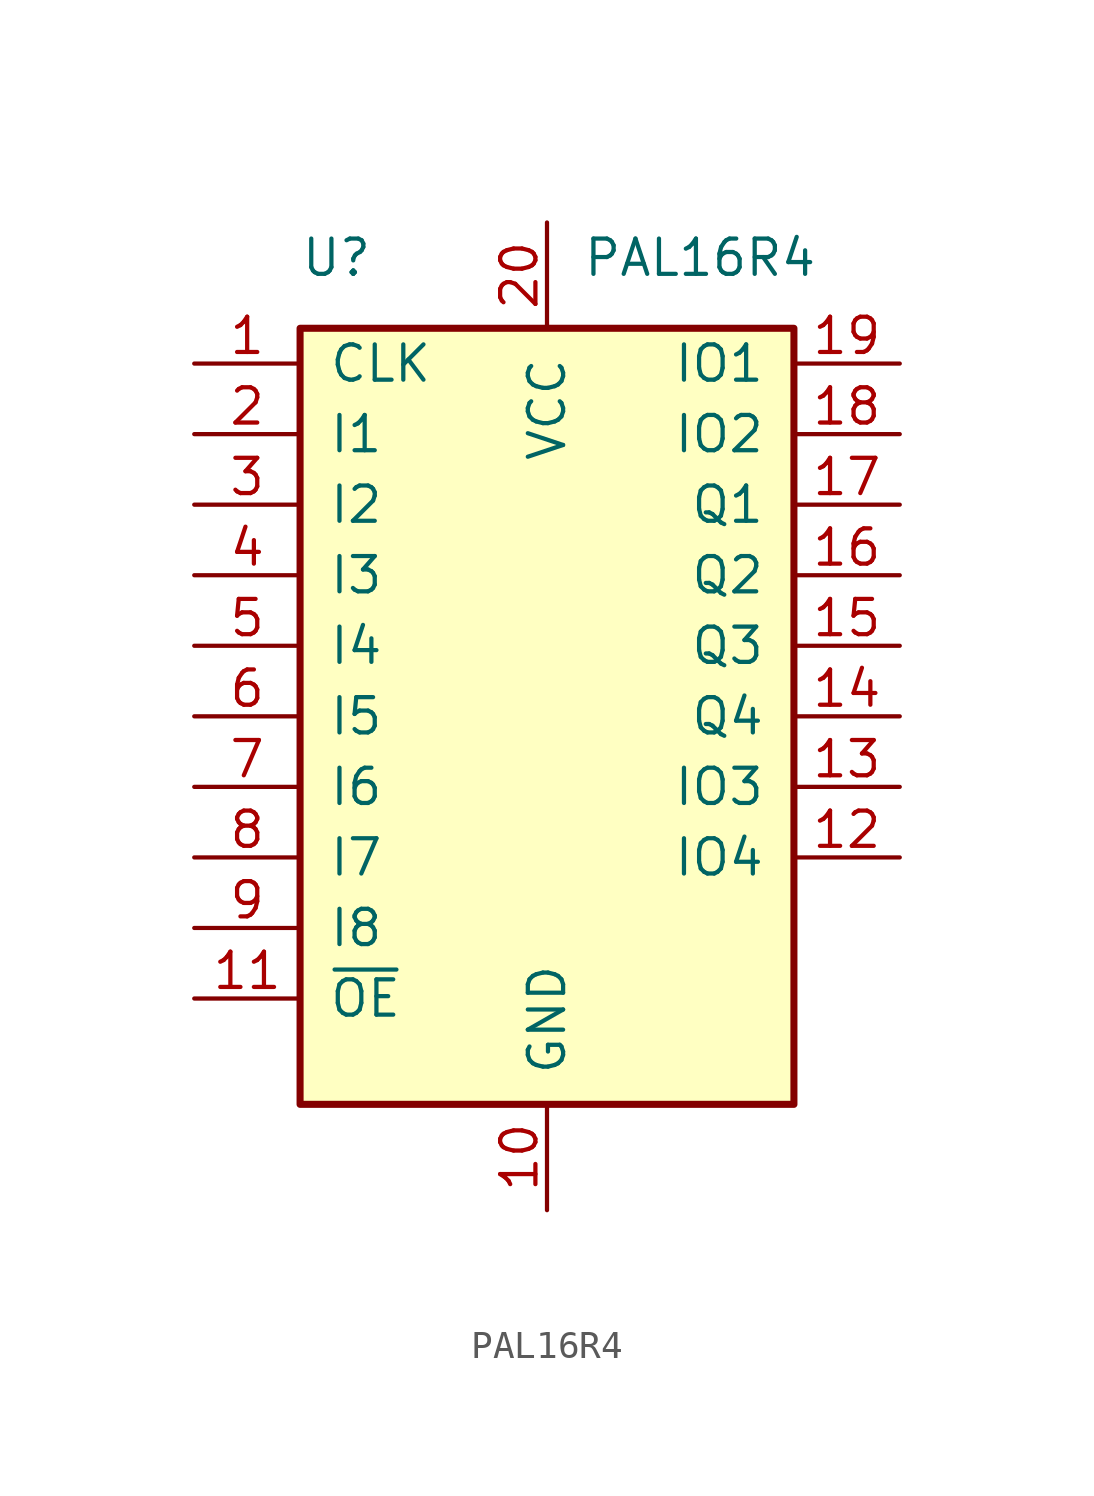
<source format=kicad_sym>
(kicad_symbol_lib
  (version 20220914)
  (generator kicad_symbol_editor)
  (symbol "PAL16R4"
    (pin_names
      (offset 1.016))
    (property "Reference" "U"
      (at -8.89 16.51 0)
      (effects (font (size 1.27 1.27)) (justify left)))
    (property "Value" "PAL16R4"
      (at 1.27 16.51 0)
      (effects (font (size 1.27 1.27)) (justify left)))
    (symbol "PAL16R4_0_0"
      (pin power_in line (at 0 -17.78 90) (length 3.81) (name "GND" (effects (font (size 1.27 1.27)))) (number "10" (effects (font (size 1.27 1.27)))))
      (pin power_in line (at 0 17.78 270) (length 3.81) (name "VCC" (effects (font (size 1.27 1.27)))) (number "20" (effects (font (size 1.27 1.27))))))
    (symbol "PAL16R4_0_1"
      (rectangle (start -8.89 13.97) (end 8.89 -13.97) (stroke (width 0.254) (type default)) (fill (type background))))
    (symbol "PAL16R4_1_1"
      (pin input line (at -12.7 12.7 0) (length 3.81) (name "CLK" (effects (font (size 1.27 1.27)))) (number "1" (effects (font (size 1.27 1.27)))))
      (pin input line (at -12.7 -10.16 0) (length 3.81) (name "~{OE}" (effects (font (size 1.27 1.27)))) (number "11" (effects (font (size 1.27 1.27)))))
      (pin bidirectional line (at 12.7 -5.08 180) (length 3.81) (name "IO4" (effects (font (size 1.27 1.27)))) (number "12" (effects (font (size 1.27 1.27)))))
      (pin bidirectional line (at 12.7 -2.54 180) (length 3.81) (name "IO3" (effects (font (size 1.27 1.27)))) (number "13" (effects (font (size 1.27 1.27)))))
      (pin tri_state line (at 12.7 0 180) (length 3.81) (name "Q4" (effects (font (size 1.27 1.27)))) (number "14" (effects (font (size 1.27 1.27)))))
      (pin tri_state line (at 12.7 2.54 180) (length 3.81) (name "Q3" (effects (font (size 1.27 1.27)))) (number "15" (effects (font (size 1.27 1.27)))))
      (pin tri_state line (at 12.7 5.08 180) (length 3.81) (name "Q2" (effects (font (size 1.27 1.27)))) (number "16" (effects (font (size 1.27 1.27)))))
      (pin tri_state line (at 12.7 7.62 180) (length 3.81) (name "Q1" (effects (font (size 1.27 1.27)))) (number "17" (effects (font (size 1.27 1.27)))))
      (pin bidirectional line (at 12.7 10.16 180) (length 3.81) (name "IO2" (effects (font (size 1.27 1.27)))) (number "18" (effects (font (size 1.27 1.27)))))
      (pin bidirectional line (at 12.7 12.7 180) (length 3.81) (name "IO1" (effects (font (size 1.27 1.27)))) (number "19" (effects (font (size 1.27 1.27)))))
      (pin input line (at -12.7 10.16 0) (length 3.81) (name "I1" (effects (font (size 1.27 1.27)))) (number "2" (effects (font (size 1.27 1.27)))))
      (pin input line (at -12.7 7.62 0) (length 3.81) (name "I2" (effects (font (size 1.27 1.27)))) (number "3" (effects (font (size 1.27 1.27)))))
      (pin input line (at -12.7 5.08 0) (length 3.81) (name "I3" (effects (font (size 1.27 1.27)))) (number "4" (effects (font (size 1.27 1.27)))))
      (pin input line (at -12.7 2.54 0) (length 3.81) (name "I4" (effects (font (size 1.27 1.27)))) (number "5" (effects (font (size 1.27 1.27)))))
      (pin input line (at -12.7 0 0) (length 3.81) (name "I5" (effects (font (size 1.27 1.27)))) (number "6" (effects (font (size 1.27 1.27)))))
      (pin input line (at -12.7 -2.54 0) (length 3.81) (name "I6" (effects (font (size 1.27 1.27)))) (number "7" (effects (font (size 1.27 1.27)))))
      (pin input line (at -12.7 -5.08 0) (length 3.81) (name "I7" (effects (font (size 1.27 1.27)))) (number "8" (effects (font (size 1.27 1.27)))))
      (pin input line (at -12.7 -7.62 0) (length 3.81) (name "I8" (effects (font (size 1.27 1.27)))) (number "9" (effects (font (size 1.27 1.27))))))))
</source>
